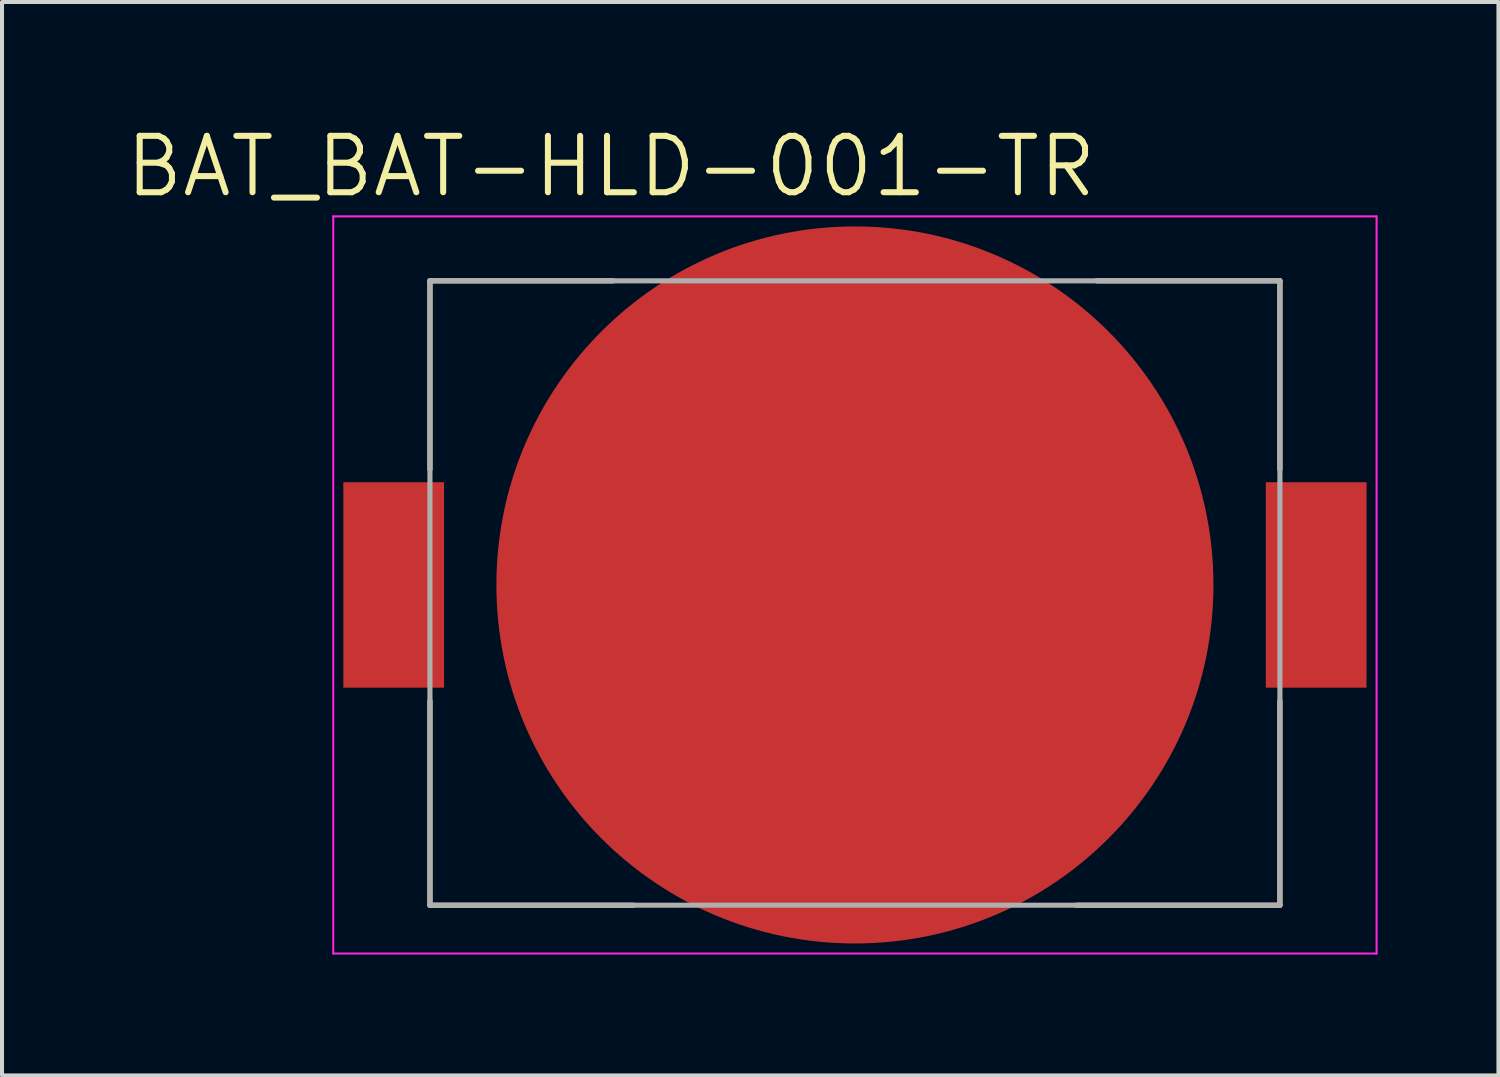
<source format=kicad_pcb>
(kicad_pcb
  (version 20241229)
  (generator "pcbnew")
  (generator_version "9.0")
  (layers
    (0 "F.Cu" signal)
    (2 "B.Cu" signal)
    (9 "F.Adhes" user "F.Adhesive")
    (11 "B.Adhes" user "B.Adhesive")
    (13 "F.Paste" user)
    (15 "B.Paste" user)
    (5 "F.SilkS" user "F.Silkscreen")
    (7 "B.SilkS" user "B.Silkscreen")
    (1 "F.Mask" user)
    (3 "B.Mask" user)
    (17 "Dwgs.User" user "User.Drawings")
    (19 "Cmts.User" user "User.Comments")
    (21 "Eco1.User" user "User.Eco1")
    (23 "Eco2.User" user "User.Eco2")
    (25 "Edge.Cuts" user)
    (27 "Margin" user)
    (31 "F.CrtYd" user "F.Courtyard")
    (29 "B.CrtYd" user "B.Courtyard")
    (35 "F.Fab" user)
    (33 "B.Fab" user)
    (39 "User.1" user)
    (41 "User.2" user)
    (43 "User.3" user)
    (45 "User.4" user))
  (footprint "BAT_BAT-HLD-001-TR"
    (layer "F.Cu")
    (at 18.173 11.471)
    (property "Reference" "BAT_BAT-HLD-001-TR" (at -6.055 -10.389 0) (layer "F.SilkS") (effects (font (size 1.4 1.4) (thickness 0.15))))
    (attr through_hole)
    (fp_line (start -10.55 -7.55) (end -6 -7.55) (stroke (width 0.127) (type solid)) (layer "F.SilkS"))
    (fp_line (start -10.55 -2.87) (end -10.55 -7.55) (stroke (width 0.127) (type solid)) (layer "F.SilkS"))
    (fp_line (start -10.55 2.87) (end -10.55 7.95) (stroke (width 0.127) (type solid)) (layer "F.SilkS"))
    (fp_line (start -10.55 7.95) (end -5.5 7.95) (stroke (width 0.127) (type solid)) (layer "F.SilkS"))
    (fp_line (start 5.5 7.95) (end 10.55 7.95) (stroke (width 0.127) (type solid)) (layer "F.SilkS"))
    (fp_line (start 6 -7.55) (end 10.55 -7.55) (stroke (width 0.127) (type solid)) (layer "F.SilkS"))
    (fp_line (start 10.55 -7.55) (end 10.55 -2.87) (stroke (width 0.127) (type solid)) (layer "F.SilkS"))
    (fp_line (start 10.55 7.95) (end 10.55 2.87) (stroke (width 0.127) (type solid)) (layer "F.SilkS"))
    (fp_line (start -12.95 -9.15) (end 12.95 -9.15) (stroke (width 0.05) (type solid)) (layer "F.CrtYd"))
    (fp_line (start -12.95 9.15) (end -12.95 -9.15) (stroke (width 0.05) (type solid)) (layer "F.CrtYd"))
    (fp_line (start 12.95 -9.15) (end 12.95 9.15) (stroke (width 0.05) (type solid)) (layer "F.CrtYd"))
    (fp_line (start 12.95 9.15) (end -12.95 9.15) (stroke (width 0.05) (type solid)) (layer "F.CrtYd"))
    (fp_line (start -10.55 -7.55) (end 10.55 -7.55) (stroke (width 0.127) (type solid)) (layer "F.Fab"))
    (fp_line (start -10.55 7.95) (end -10.55 -7.55) (stroke (width 0.127) (type solid)) (layer "F.Fab"))
    (fp_line (start 10.55 -7.55) (end 10.55 7.95) (stroke (width 0.127) (type solid)) (layer "F.Fab"))
    (fp_line (start 10.55 7.95) (end -10.55 7.95) (stroke (width 0.127) (type solid)) (layer "F.Fab"))
    (pad "N1" smd circle (at 0 0) (size 17.8 17.8) (layers "F.Cu" "F.Mask"))
    (pad "P1" smd rect (at -11.45 0) (size 2.5 5.1) (layers "F.Cu" "F.Mask" "F.Paste"))
    (pad "P2" smd rect (at 11.45 0) (size 2.5 5.1) (layers "F.Cu" "F.Mask" "F.Paste")))
  (gr_rect
    (start -3 -3)
    (end 34.148 23.646)
    (stroke (width 0.1) (type default))
    (fill no)
    (layer "Edge.Cuts")))
</source>
